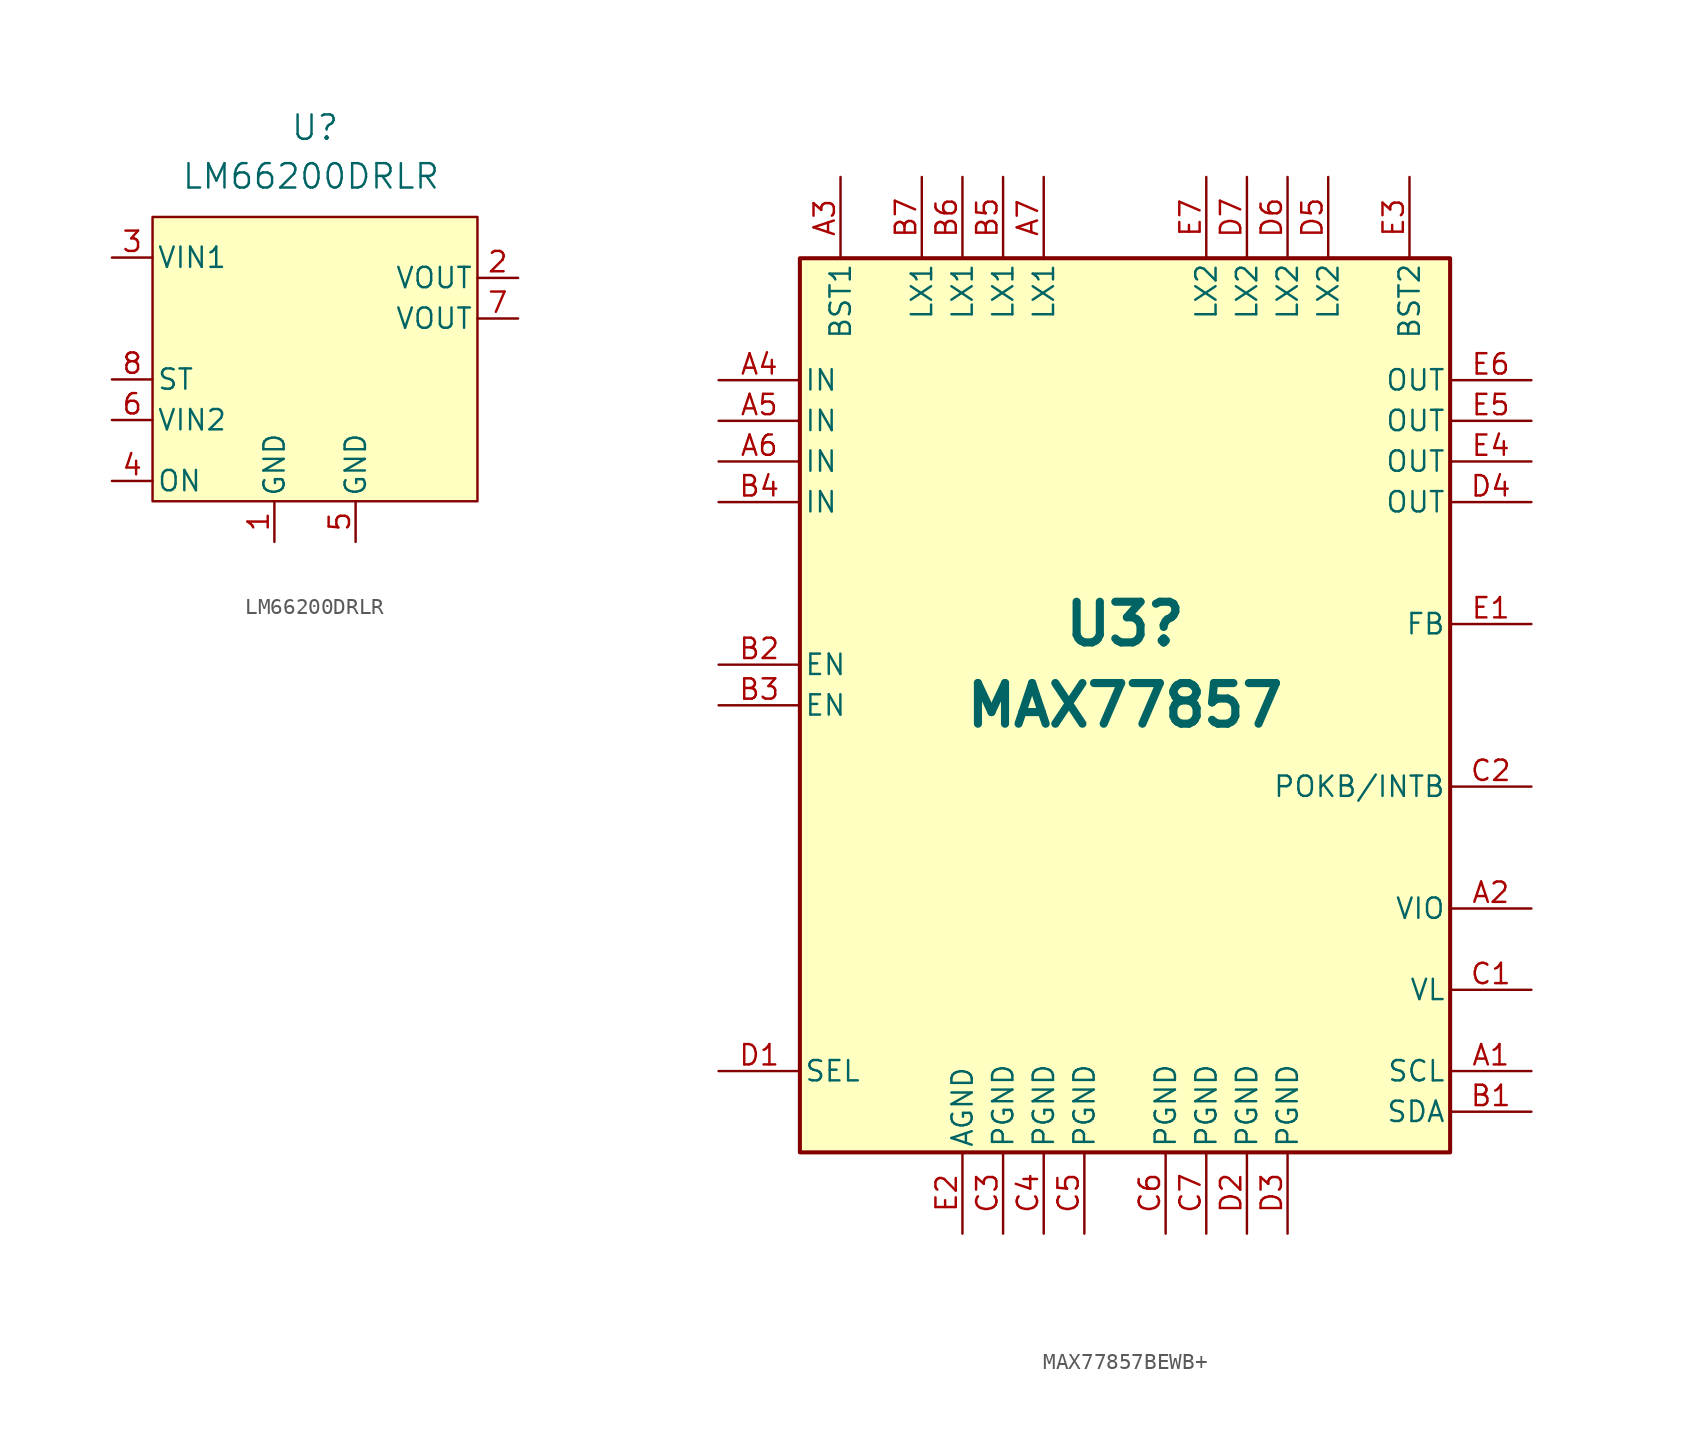
<source format=kicad_sym>
(kicad_symbol_lib
  (version 20231120)
  (generator "kicad_symbol_editor")
  (generator_version "8.0")
  (symbol "LM66200DRLR"
    (pin_names
      (offset 0.254))
    (property "Reference" "U"
      (at 0 14.478 0)
      (effects (font (size 1.524 1.524))))
    (property "Value" "LM66200DRLR"
      (at -0.254 11.43 0)
      (effects (font (size 1.524 1.524))))
    (property "ki_locked" ""
      (at 0 0 0)
      (effects (font (size 1.27 1.27))))
    (symbol "LM66200DRLR_1_1"
      (rectangle (start -10.16 8.89) (end 10.16 -8.89) (stroke (width 0) (type default)) (fill (type background)))
      (pin power_out line (at -2.54 -11.43 90) (length 2.54) (name "GND" (effects (font (size 1.27 1.27)))) (number "1" (effects (font (size 1.27 1.27)))))
      (pin power_in line (at 12.7 5.08 180) (length 2.54) (name "VOUT" (effects (font (size 1.27 1.27)))) (number "2" (effects (font (size 1.27 1.27)))))
      (pin input line (at -12.7 6.35 0) (length 2.54) (name "VIN1" (effects (font (size 1.27 1.27)))) (number "3" (effects (font (size 1.27 1.27)))))
      (pin input line (at -12.7 -7.62 0) (length 2.54) (name "ON" (effects (font (size 1.27 1.27)))) (number "4" (effects (font (size 1.27 1.27)))))
      (pin power_out line (at 2.54 -11.43 90) (length 2.54) (name "GND" (effects (font (size 1.27 1.27)))) (number "5" (effects (font (size 1.27 1.27)))))
      (pin input line (at -12.7 -3.81 0) (length 2.54) (name "VIN2" (effects (font (size 1.27 1.27)))) (number "6" (effects (font (size 1.27 1.27)))))
      (pin output line (at 12.7 2.54 180) (length 2.54) (name "VOUT" (effects (font (size 1.27 1.27)))) (number "7" (effects (font (size 1.27 1.27)))))
      (pin output line (at -12.7 -1.27 0) (length 2.54) (name "ST" (effects (font (size 1.27 1.27)))) (number "8" (effects (font (size 1.27 1.27)))))))
  (symbol "MAX77857BEWB+"
    (pin_names
      (offset 0.254))
    (property "Reference" "U3"
      (at 0 5.08 0)
      (effects (font (size 2.54 2.54) (bold yes))))
    (property "Value" "MAX77857"
      (at 0 0 0)
      (effects (font (size 2.54 2.54) (bold yes))))
    (property "ki_locked" ""
      (at 0 0 0)
      (effects (font (size 1.27 1.27))))
    (symbol "MAX77857BEWB+_1_1"
      (rectangle (start -20.32 27.94) (end 20.32 -27.94) (stroke (width 0.254) (type default)) (fill (type background)))
      (pin input line (at 25.4 -22.86 180) (length 5.08) (name "SCL" (effects (font (size 1.27 1.27)))) (number "A1" (effects (font (size 1.27 1.27)))))
      (pin input line (at 25.4 -12.7 180) (length 5.08) (name "VIO" (effects (font (size 1.27 1.27)))) (number "A2" (effects (font (size 1.27 1.27)))))
      (pin unspecified line (at -17.78 33.02 270) (length 5.08) (name "BST1" (effects (font (size 1.27 1.27)))) (number "A3" (effects (font (size 1.27 1.27)))))
      (pin input line (at -25.4 20.32 0) (length 5.08) (name "IN" (effects (font (size 1.27 1.27)))) (number "A4" (effects (font (size 1.27 1.27)))))
      (pin input line (at -25.4 17.78 0) (length 5.08) (name "IN" (effects (font (size 1.27 1.27)))) (number "A5" (effects (font (size 1.27 1.27)))))
      (pin input line (at -25.4 15.24 0) (length 5.08) (name "IN" (effects (font (size 1.27 1.27)))) (number "A6" (effects (font (size 1.27 1.27)))))
      (pin power_in line (at -5.08 33.02 270) (length 5.08) (name "LX1" (effects (font (size 1.27 1.27)))) (number "A7" (effects (font (size 1.27 1.27)))))
      (pin bidirectional line (at 25.4 -25.4 180) (length 5.08) (name "SDA" (effects (font (size 1.27 1.27)))) (number "B1" (effects (font (size 1.27 1.27)))))
      (pin input line (at -25.4 2.54 0) (length 5.08) (name "EN" (effects (font (size 1.27 1.27)))) (number "B2" (effects (font (size 1.27 1.27)))))
      (pin input line (at -25.4 0 0) (length 5.08) (name "EN" (effects (font (size 1.27 1.27)))) (number "B3" (effects (font (size 1.27 1.27)))))
      (pin input line (at -25.4 12.7 0) (length 5.08) (name "IN" (effects (font (size 1.27 1.27)))) (number "B4" (effects (font (size 1.27 1.27)))))
      (pin power_in line (at -7.62 33.02 270) (length 5.08) (name "LX1" (effects (font (size 1.27 1.27)))) (number "B5" (effects (font (size 1.27 1.27)))))
      (pin power_in line (at -10.16 33.02 270) (length 5.08) (name "LX1" (effects (font (size 1.27 1.27)))) (number "B6" (effects (font (size 1.27 1.27)))))
      (pin power_in line (at -12.7 33.02 270) (length 5.08) (name "LX1" (effects (font (size 1.27 1.27)))) (number "B7" (effects (font (size 1.27 1.27)))))
      (pin unspecified line (at 25.4 -17.78 180) (length 5.08) (name "VL" (effects (font (size 1.27 1.27)))) (number "C1" (effects (font (size 1.27 1.27)))))
      (pin output line (at 25.4 -5.08 180) (length 5.08) (name "POKB/INTB" (effects (font (size 1.27 1.27)))) (number "C2" (effects (font (size 1.27 1.27)))))
      (pin power_in line (at -7.62 -33.02 90) (length 5.08) (name "PGND" (effects (font (size 1.27 1.27)))) (number "C3" (effects (font (size 1.27 1.27)))))
      (pin power_in line (at -5.08 -33.02 90) (length 5.08) (name "PGND" (effects (font (size 1.27 1.27)))) (number "C4" (effects (font (size 1.27 1.27)))))
      (pin power_in line (at -2.54 -33.02 90) (length 5.08) (name "PGND" (effects (font (size 1.27 1.27)))) (number "C5" (effects (font (size 1.27 1.27)))))
      (pin power_in line (at 2.54 -33.02 90) (length 5.08) (name "PGND" (effects (font (size 1.27 1.27)))) (number "C6" (effects (font (size 1.27 1.27)))))
      (pin power_in line (at 5.08 -33.02 90) (length 5.08) (name "PGND" (effects (font (size 1.27 1.27)))) (number "C7" (effects (font (size 1.27 1.27)))))
      (pin unspecified line (at -25.4 -22.86 0) (length 5.08) (name "SEL" (effects (font (size 1.27 1.27)))) (number "D1" (effects (font (size 1.27 1.27)))))
      (pin power_in line (at 7.62 -33.02 90) (length 5.08) (name "PGND" (effects (font (size 1.27 1.27)))) (number "D2" (effects (font (size 1.27 1.27)))))
      (pin power_in line (at 10.16 -33.02 90) (length 5.08) (name "PGND" (effects (font (size 1.27 1.27)))) (number "D3" (effects (font (size 1.27 1.27)))))
      (pin output line (at 25.4 12.7 180) (length 5.08) (name "OUT" (effects (font (size 1.27 1.27)))) (number "D4" (effects (font (size 1.27 1.27)))))
      (pin power_in line (at 12.7 33.02 270) (length 5.08) (name "LX2" (effects (font (size 1.27 1.27)))) (number "D5" (effects (font (size 1.27 1.27)))))
      (pin power_in line (at 10.16 33.02 270) (length 5.08) (name "LX2" (effects (font (size 1.27 1.27)))) (number "D6" (effects (font (size 1.27 1.27)))))
      (pin power_in line (at 7.62 33.02 270) (length 5.08) (name "LX2" (effects (font (size 1.27 1.27)))) (number "D7" (effects (font (size 1.27 1.27)))))
      (pin unspecified line (at 25.4 5.08 180) (length 5.08) (name "FB" (effects (font (size 1.27 1.27)))) (number "E1" (effects (font (size 1.27 1.27)))))
      (pin power_in line (at -10.16 -33.02 90) (length 5.08) (name "AGND" (effects (font (size 1.27 1.27)))) (number "E2" (effects (font (size 1.27 1.27)))))
      (pin input line (at 17.78 33.02 270) (length 5.08) (name "BST2" (effects (font (size 1.27 1.27)))) (number "E3" (effects (font (size 1.27 1.27)))))
      (pin output line (at 25.4 15.24 180) (length 5.08) (name "OUT" (effects (font (size 1.27 1.27)))) (number "E4" (effects (font (size 1.27 1.27)))))
      (pin output line (at 25.4 17.78 180) (length 5.08) (name "OUT" (effects (font (size 1.27 1.27)))) (number "E5" (effects (font (size 1.27 1.27)))))
      (pin output line (at 25.4 20.32 180) (length 5.08) (name "OUT" (effects (font (size 1.27 1.27)))) (number "E6" (effects (font (size 1.27 1.27)))))
      (pin power_in line (at 5.08 33.02 270) (length 5.08) (name "LX2" (effects (font (size 1.27 1.27)))) (number "E7" (effects (font (size 1.27 1.27))))))))
</source>
